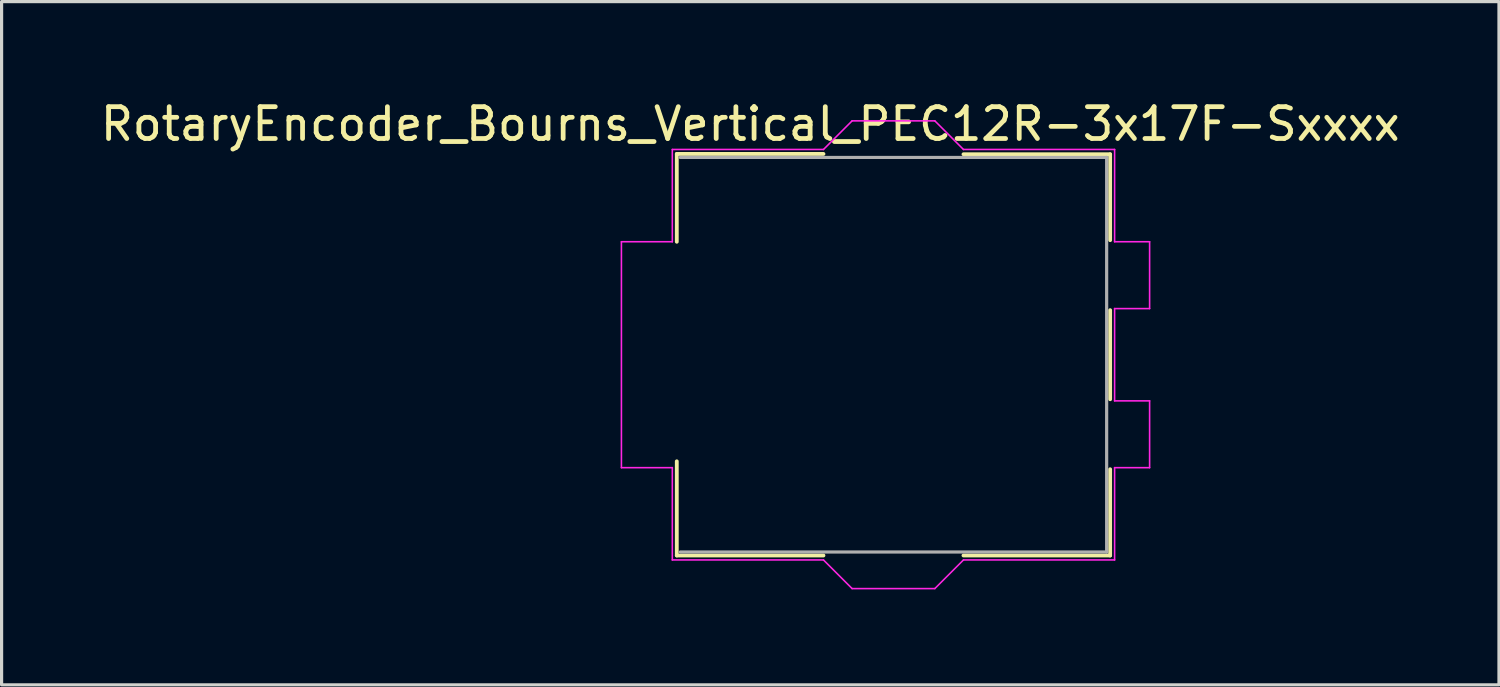
<source format=kicad_pcb>
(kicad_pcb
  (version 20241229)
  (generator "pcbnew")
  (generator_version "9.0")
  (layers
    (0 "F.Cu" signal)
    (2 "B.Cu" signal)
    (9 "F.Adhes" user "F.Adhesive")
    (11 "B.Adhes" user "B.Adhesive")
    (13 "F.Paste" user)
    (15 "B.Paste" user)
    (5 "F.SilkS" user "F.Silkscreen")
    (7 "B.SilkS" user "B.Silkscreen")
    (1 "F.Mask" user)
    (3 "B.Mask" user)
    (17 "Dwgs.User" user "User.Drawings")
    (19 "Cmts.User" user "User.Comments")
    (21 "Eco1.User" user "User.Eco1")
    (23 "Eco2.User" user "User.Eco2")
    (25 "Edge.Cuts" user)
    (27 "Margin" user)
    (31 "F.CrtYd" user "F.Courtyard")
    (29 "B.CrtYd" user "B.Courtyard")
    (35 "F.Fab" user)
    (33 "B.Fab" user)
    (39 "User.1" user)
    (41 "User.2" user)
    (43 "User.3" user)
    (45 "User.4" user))
  (footprint "RotaryEncoder_Bourns_Vertical_PEC12R-3x17F-Sxxxx"
    (layer "F.Cu")
    (at 17.53 5.598)
    (property "Reference" "RotaryEncoder_Bourns_Vertical_PEC12R-3x17F-Sxxxx" (at 3 -4.75 180) (layer "F.SilkS") (effects (font (size 1 1) (thickness 0.15))))
    (attr through_hole)
    (fp_line (start 0.69 -3.81) (end 5.3 -3.81) (stroke (width 0.12) (type solid)) (layer "F.SilkS"))
    (fp_line (start 0.69 -1.05) (end 0.69 -3.81) (stroke (width 0.12) (type solid)) (layer "F.SilkS"))
    (fp_line (start 0.69 5.85) (end 0.69 8.81) (stroke (width 0.12) (type solid)) (layer "F.SilkS"))
    (fp_line (start 5.3 8.81) (end 0.69 8.81) (stroke (width 0.12) (type solid)) (layer "F.SilkS"))
    (fp_line (start 9.7 -3.8) (end 14.31 -3.8) (stroke (width 0.12) (type solid)) (layer "F.SilkS"))
    (fp_line (start 14.31 -3.8) (end 14.31 -1.1) (stroke (width 0.12) (type solid)) (layer "F.SilkS"))
    (fp_line (start 14.31 1.1) (end 14.31 3.9) (stroke (width 0.12) (type solid)) (layer "F.SilkS"))
    (fp_line (start 14.31 6.1) (end 14.31 8.81) (stroke (width 0.12) (type solid)) (layer "F.SilkS"))
    (fp_line (start 14.31 8.81) (end 9.7 8.81) (stroke (width 0.12) (type solid)) (layer "F.SilkS"))
    (fp_line (start -1.05 -1.05) (end 0.55 -1.05) (stroke (width 0.05) (type solid)) (layer "F.CrtYd"))
    (fp_line (start -1.05 6.05) (end -1.05 -1.05) (stroke (width 0.05) (type solid)) (layer "F.CrtYd"))
    (fp_line (start 0.55 -3.95) (end 5.3 -3.95) (stroke (width 0.05) (type solid)) (layer "F.CrtYd"))
    (fp_line (start 0.55 -1.05) (end 0.55 -3.95) (stroke (width 0.05) (type solid)) (layer "F.CrtYd"))
    (fp_line (start 0.55 6.05) (end -1.05 6.05) (stroke (width 0.05) (type solid)) (layer "F.CrtYd"))
    (fp_line (start 0.55 8.95) (end 0.55 6.05) (stroke (width 0.05) (type solid)) (layer "F.CrtYd"))
    (fp_line (start 5.3 -3.95) (end 6.2 -4.85) (stroke (width 0.05) (type solid)) (layer "F.CrtYd"))
    (fp_line (start 5.3 8.95) (end 0.55 8.95) (stroke (width 0.05) (type solid)) (layer "F.CrtYd"))
    (fp_line (start 5.3 8.95) (end 6.2 9.85) (stroke (width 0.05) (type solid)) (layer "F.CrtYd"))
    (fp_line (start 6.2 -4.85) (end 8.8 -4.85) (stroke (width 0.05) (type solid)) (layer "F.CrtYd"))
    (fp_line (start 8.8 9.85) (end 6.2 9.85) (stroke (width 0.05) (type solid)) (layer "F.CrtYd"))
    (fp_line (start 9.7 -3.95) (end 8.8 -4.85) (stroke (width 0.05) (type solid)) (layer "F.CrtYd"))
    (fp_line (start 9.7 -3.95) (end 14.45 -3.95) (stroke (width 0.05) (type solid)) (layer "F.CrtYd"))
    (fp_line (start 9.7 8.95) (end 8.8 9.85) (stroke (width 0.05) (type solid)) (layer "F.CrtYd"))
    (fp_line (start 14.45 -3.95) (end 14.45 -1.05) (stroke (width 0.05) (type solid)) (layer "F.CrtYd"))
    (fp_line (start 14.45 -1.05) (end 15.55 -1.05) (stroke (width 0.05) (type default)) (layer "F.CrtYd"))
    (fp_line (start 14.45 1.05) (end 14.45 3.95) (stroke (width 0.05) (type solid)) (layer "F.CrtYd"))
    (fp_line (start 14.45 3.95) (end 15.55 3.95) (stroke (width 0.05) (type default)) (layer "F.CrtYd"))
    (fp_line (start 14.45 6.05) (end 14.45 8.95) (stroke (width 0.05) (type solid)) (layer "F.CrtYd"))
    (fp_line (start 14.45 8.95) (end 9.7 8.95) (stroke (width 0.05) (type solid)) (layer "F.CrtYd"))
    (fp_line (start 15.55 -1.05) (end 15.55 1.05) (stroke (width 0.05) (type default)) (layer "F.CrtYd"))
    (fp_line (start 15.55 1.05) (end 14.45 1.05) (stroke (width 0.05) (type default)) (layer "F.CrtYd"))
    (fp_line (start 15.55 3.95) (end 15.55 6.05) (stroke (width 0.05) (type default)) (layer "F.CrtYd"))
    (fp_line (start 15.55 6.05) (end 14.45 6.05) (stroke (width 0.05) (type default)) (layer "F.CrtYd"))
    (fp_line (start 0.8 8.7) (end 14.2 8.7) (stroke (width 0.1) (type solid)) (layer "F.Fab"))
    (fp_line (start 14.2 -3.7) (end 0.8 -3.7) (stroke (width 0.1) (type solid)) (layer "F.Fab"))
    (fp_line (start 14.2 8.7) (end 14.2 -3.7) (stroke (width 0.1) (type solid)) (layer "F.Fab")))
  (gr_rect
    (start -3 -3)
    (end 44.06 18.473)
    (stroke (width 0.1) (type default))
    (fill no)
    (layer "Edge.Cuts")))
</source>
